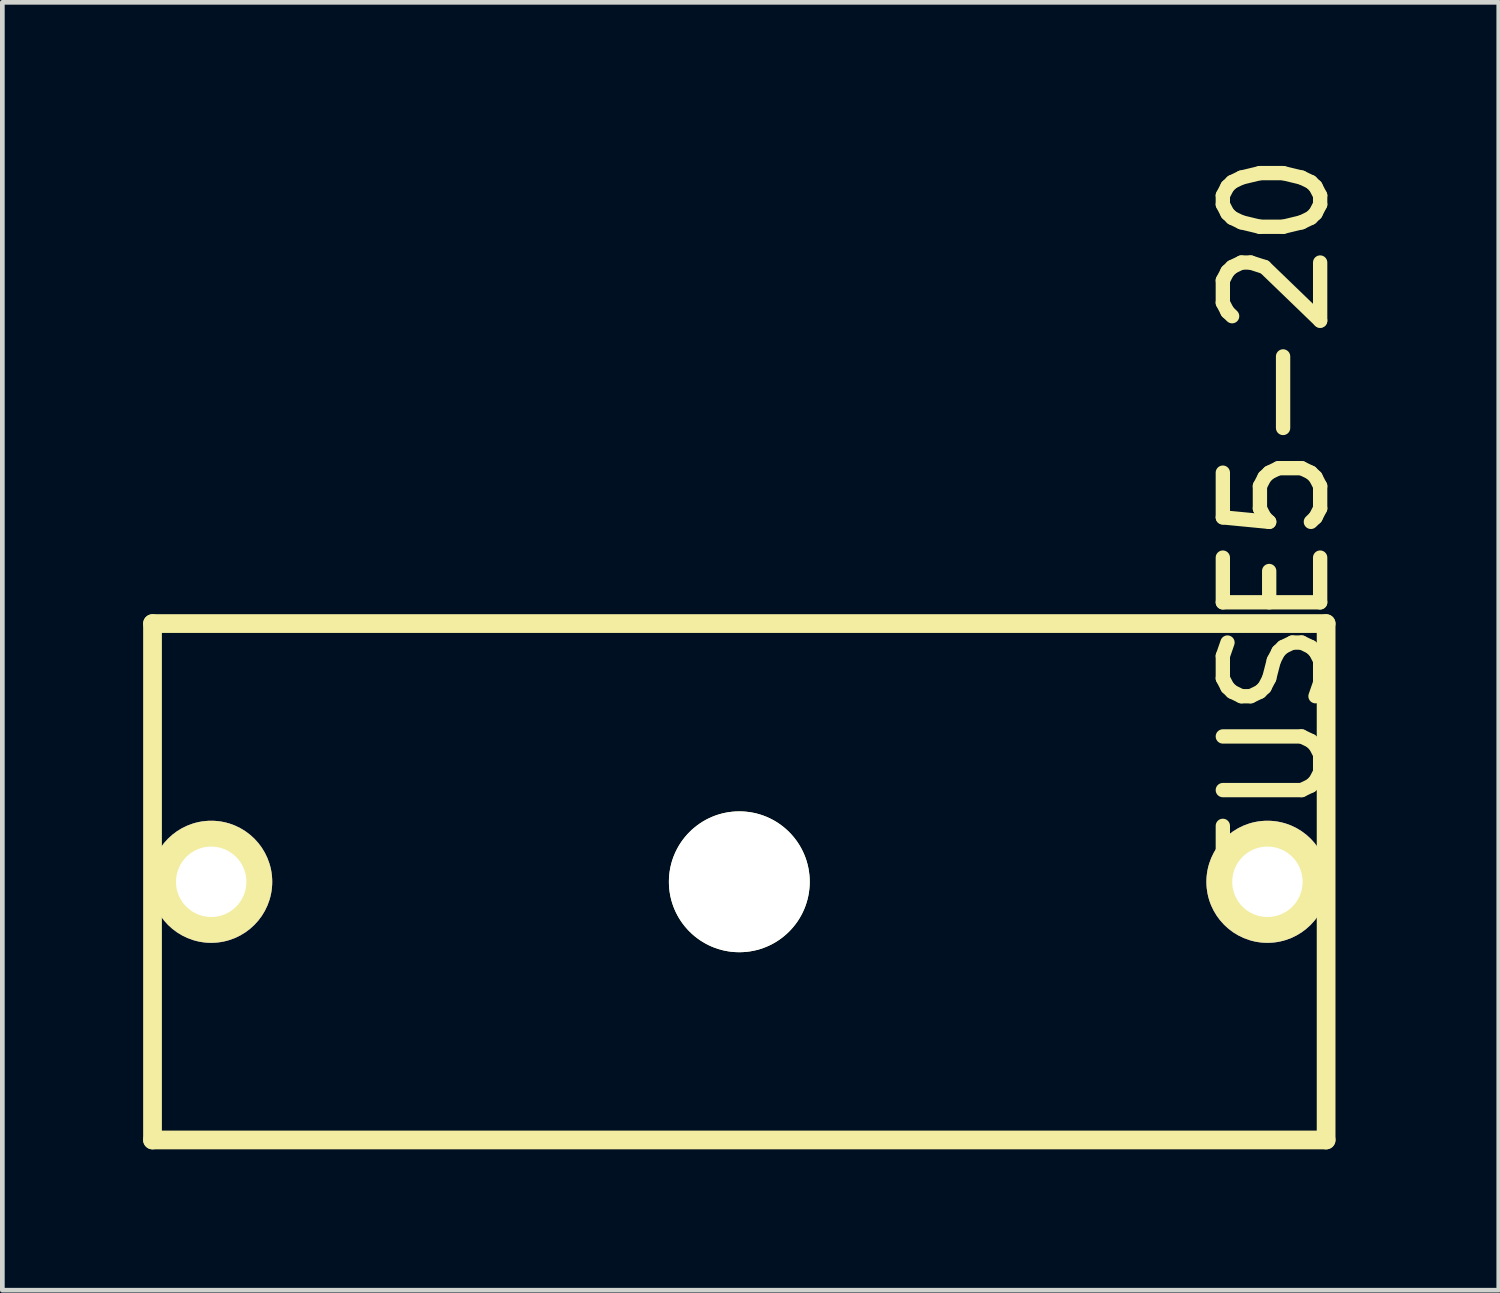
<source format=kicad_pcb>
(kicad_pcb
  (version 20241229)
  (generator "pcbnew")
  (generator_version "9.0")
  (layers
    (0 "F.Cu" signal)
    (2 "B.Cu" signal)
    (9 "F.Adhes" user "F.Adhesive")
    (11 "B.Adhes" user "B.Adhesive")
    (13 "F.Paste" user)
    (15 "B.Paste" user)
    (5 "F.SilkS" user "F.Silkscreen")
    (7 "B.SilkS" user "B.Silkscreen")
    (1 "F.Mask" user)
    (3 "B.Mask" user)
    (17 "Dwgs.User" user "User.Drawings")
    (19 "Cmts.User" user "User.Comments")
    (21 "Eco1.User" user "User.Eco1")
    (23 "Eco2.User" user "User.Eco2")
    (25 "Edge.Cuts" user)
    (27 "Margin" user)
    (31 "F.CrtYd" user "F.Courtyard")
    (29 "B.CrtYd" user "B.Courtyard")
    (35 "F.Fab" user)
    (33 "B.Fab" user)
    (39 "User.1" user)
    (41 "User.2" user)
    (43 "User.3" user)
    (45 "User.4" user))
  (footprint "FUSE5-20"
    (layer "F.Cu")
    (at 12.699 15.734)
    (property "Reference" "FUSE5-20" (at 11.43 -7.62 90) (layer "F.SilkS") (effects (font (size 2.073 2) (thickness 0.305))))
    (attr through_hole)
    (fp_line (start -12.5 -5.5) (end 12.5 -5.5) (stroke (width 0.399) (type solid)) (layer "F.SilkS"))
    (fp_line (start -12.5 5.5) (end -12.5 -5.5) (stroke (width 0.399) (type solid)) (layer "F.SilkS"))
    (fp_line (start 12.5 -5.5) (end 12.5 5.5) (stroke (width 0.399) (type solid)) (layer "F.SilkS"))
    (fp_line (start 12.5 5.5) (end -12.5 5.5) (stroke (width 0.399) (type solid)) (layer "F.SilkS"))
    (pad "" np_thru_hole circle (at 0 0) (size 3 3) (drill 3) (layers "*.Cu" "*.Mask" "F.SilkS"))
    (pad "1" thru_hole circle (at -11.25 0) (size 2.6 2.6) (drill 1.5) (layers "*.Cu" "*.Mask" "F.SilkS"))
    (pad "2" thru_hole circle (at 11.25 0) (size 2.6 2.6) (drill 1.5) (layers "*.Cu" "*.Mask" "F.SilkS")))
  (gr_rect
    (start -3 -3)
    (end 28.877 24.434)
    (stroke (width 0.1) (type default))
    (fill no)
    (layer "Edge.Cuts")))
</source>
